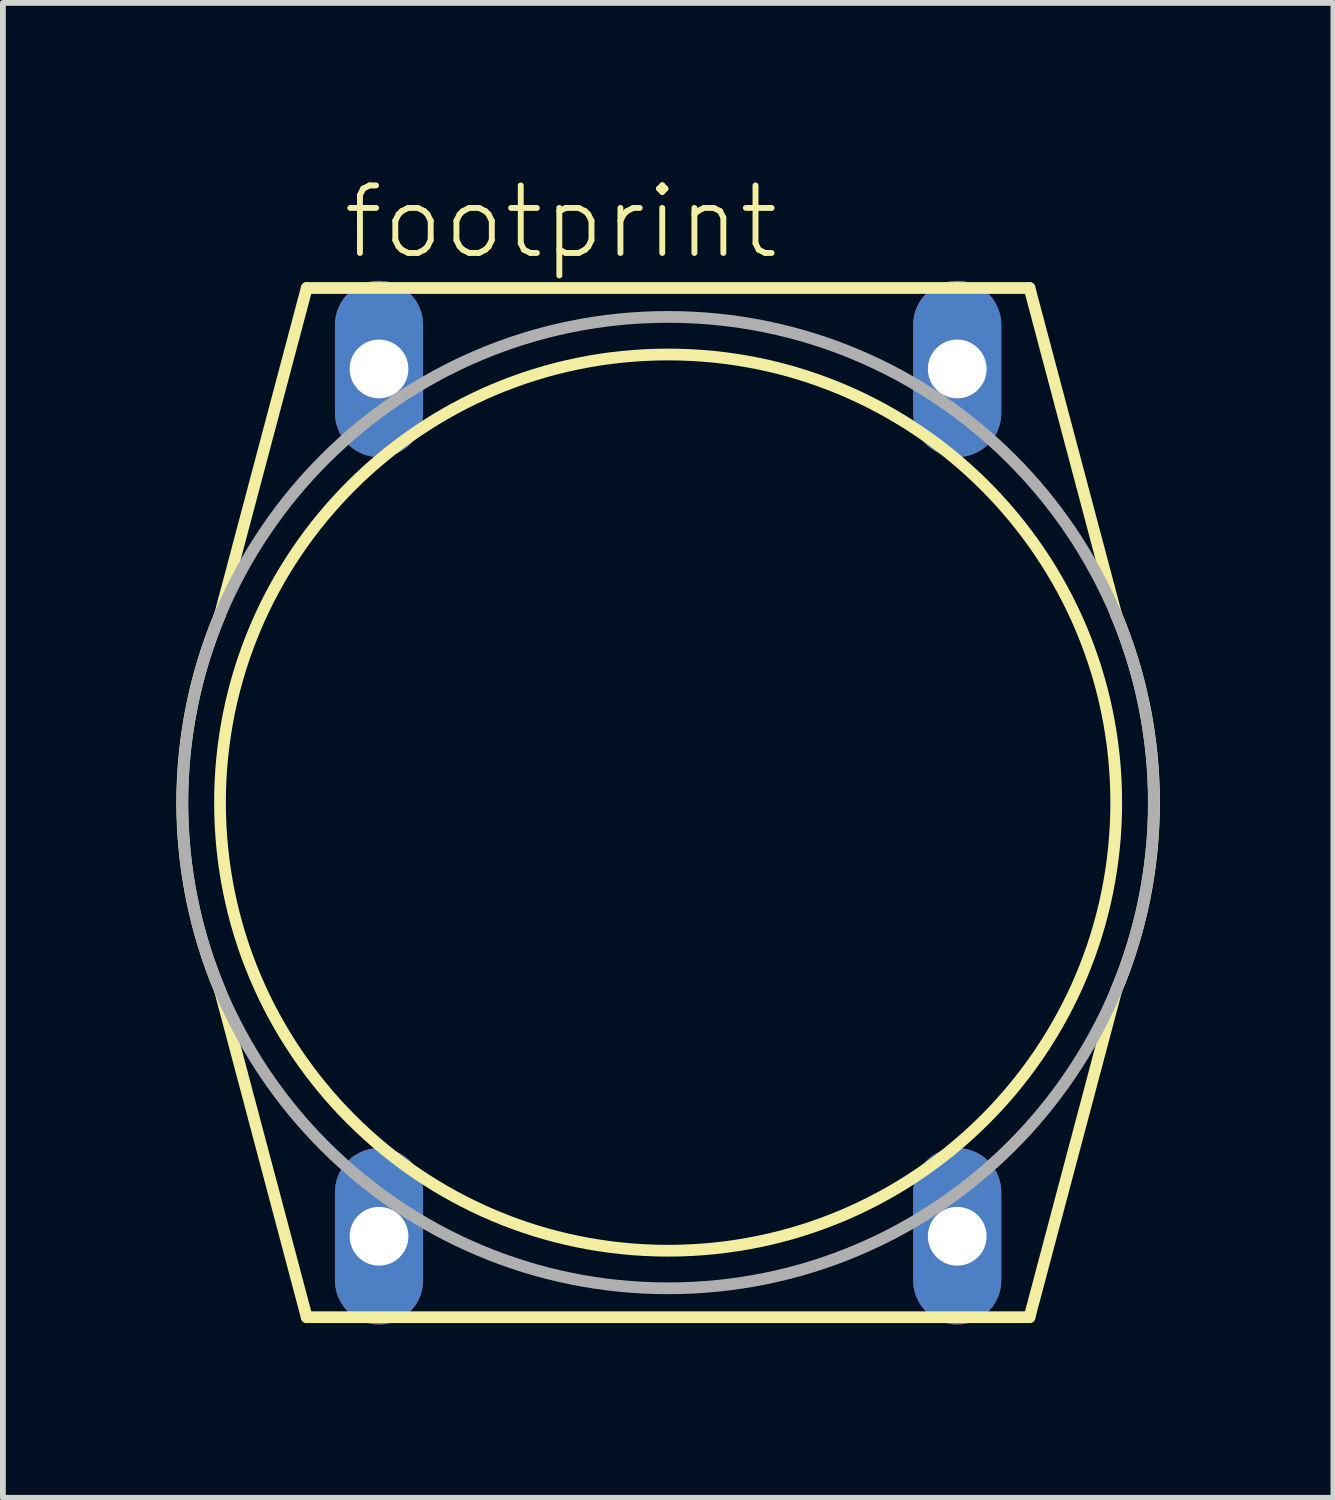
<source format=kicad_pcb>
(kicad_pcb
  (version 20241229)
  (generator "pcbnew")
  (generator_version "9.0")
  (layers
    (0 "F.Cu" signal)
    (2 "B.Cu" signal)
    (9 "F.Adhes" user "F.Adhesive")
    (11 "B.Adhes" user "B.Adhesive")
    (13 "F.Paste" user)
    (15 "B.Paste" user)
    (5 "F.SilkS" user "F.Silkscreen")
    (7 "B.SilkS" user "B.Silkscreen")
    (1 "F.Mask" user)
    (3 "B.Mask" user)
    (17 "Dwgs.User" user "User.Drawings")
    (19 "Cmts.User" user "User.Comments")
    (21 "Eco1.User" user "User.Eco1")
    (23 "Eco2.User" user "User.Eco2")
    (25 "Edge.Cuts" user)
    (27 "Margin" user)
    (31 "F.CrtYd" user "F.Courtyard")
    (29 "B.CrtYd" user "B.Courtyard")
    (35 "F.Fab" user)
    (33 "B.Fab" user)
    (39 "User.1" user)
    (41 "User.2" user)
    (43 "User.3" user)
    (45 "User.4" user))
  (footprint "footprint"
    (layer "F.Cu")
    (at 8.505 10.831)
    (property "Reference" "footprint" (at -5.675 -9.358 0) (layer "F.SilkS") (effects (font (size 1.168 1.168) (thickness 0.102)) (justify left bottom)))
    (fp_line (start -7.75 -3.25) (end -6.25 -8.9) (stroke (width 0.203) (type solid)) (layer "F.SilkS"))
    (fp_line (start -6.25 -8.9) (end 6.25 -8.9) (stroke (width 0.203) (type solid)) (layer "F.SilkS"))
    (fp_line (start -6.25 8.9) (end -7.75 3.25) (stroke (width 0.203) (type solid)) (layer "F.SilkS"))
    (fp_line (start 6.25 -8.9) (end 7.75 -3.25) (stroke (width 0.203) (type solid)) (layer "F.SilkS"))
    (fp_line (start 6.25 8.9) (end -6.25 8.9) (stroke (width 0.203) (type solid)) (layer "F.SilkS"))
    (fp_line (start 7.75 3.25) (end 6.25 8.9) (stroke (width 0.203) (type solid)) (layer "F.SilkS"))
    (fp_arc (start -7.75 3.25) (mid -8.403868 0) (end -7.75 -3.25) (stroke (width 0.2032) (type solid)) (layer "F.SilkS"))
    (fp_arc (start 7.75 -3.25) (mid 8.403868 0) (end 7.75 3.25) (stroke (width 0.2032) (type solid)) (layer "F.SilkS"))
    (fp_circle (center 0 0) (end 7.75 0) (stroke (width 0.203) (type solid)) (fill no) (layer "F.SilkS"))
    (fp_circle (center 0 0) (end 8.4 0) (stroke (width 0.203) (type solid)) (fill no) (layer "F.Fab"))
    (pad "1" thru_hole oval (at -5 -7.5 90) (size 3.048 1.524) (drill 1.016) (layers "*.Cu" "*.Mask"))
    (pad "2" thru_hole oval (at -5 7.5 90) (size 3.048 1.524) (drill 1.016) (layers "*.Cu" "*.Mask"))
    (pad "3" thru_hole oval (at 5 7.5 90) (size 3.048 1.524) (drill 1.016) (layers "*.Cu" "*.Mask"))
    (pad "4" thru_hole oval (at 5 -7.5 90) (size 3.048 1.524) (drill 1.016) (layers "*.Cu" "*.Mask")))
  (gr_rect
    (start -3 -3)
    (end 20.011 22.855)
    (stroke (width 0.1) (type default))
    (fill no)
    (layer "Edge.Cuts")))
</source>
